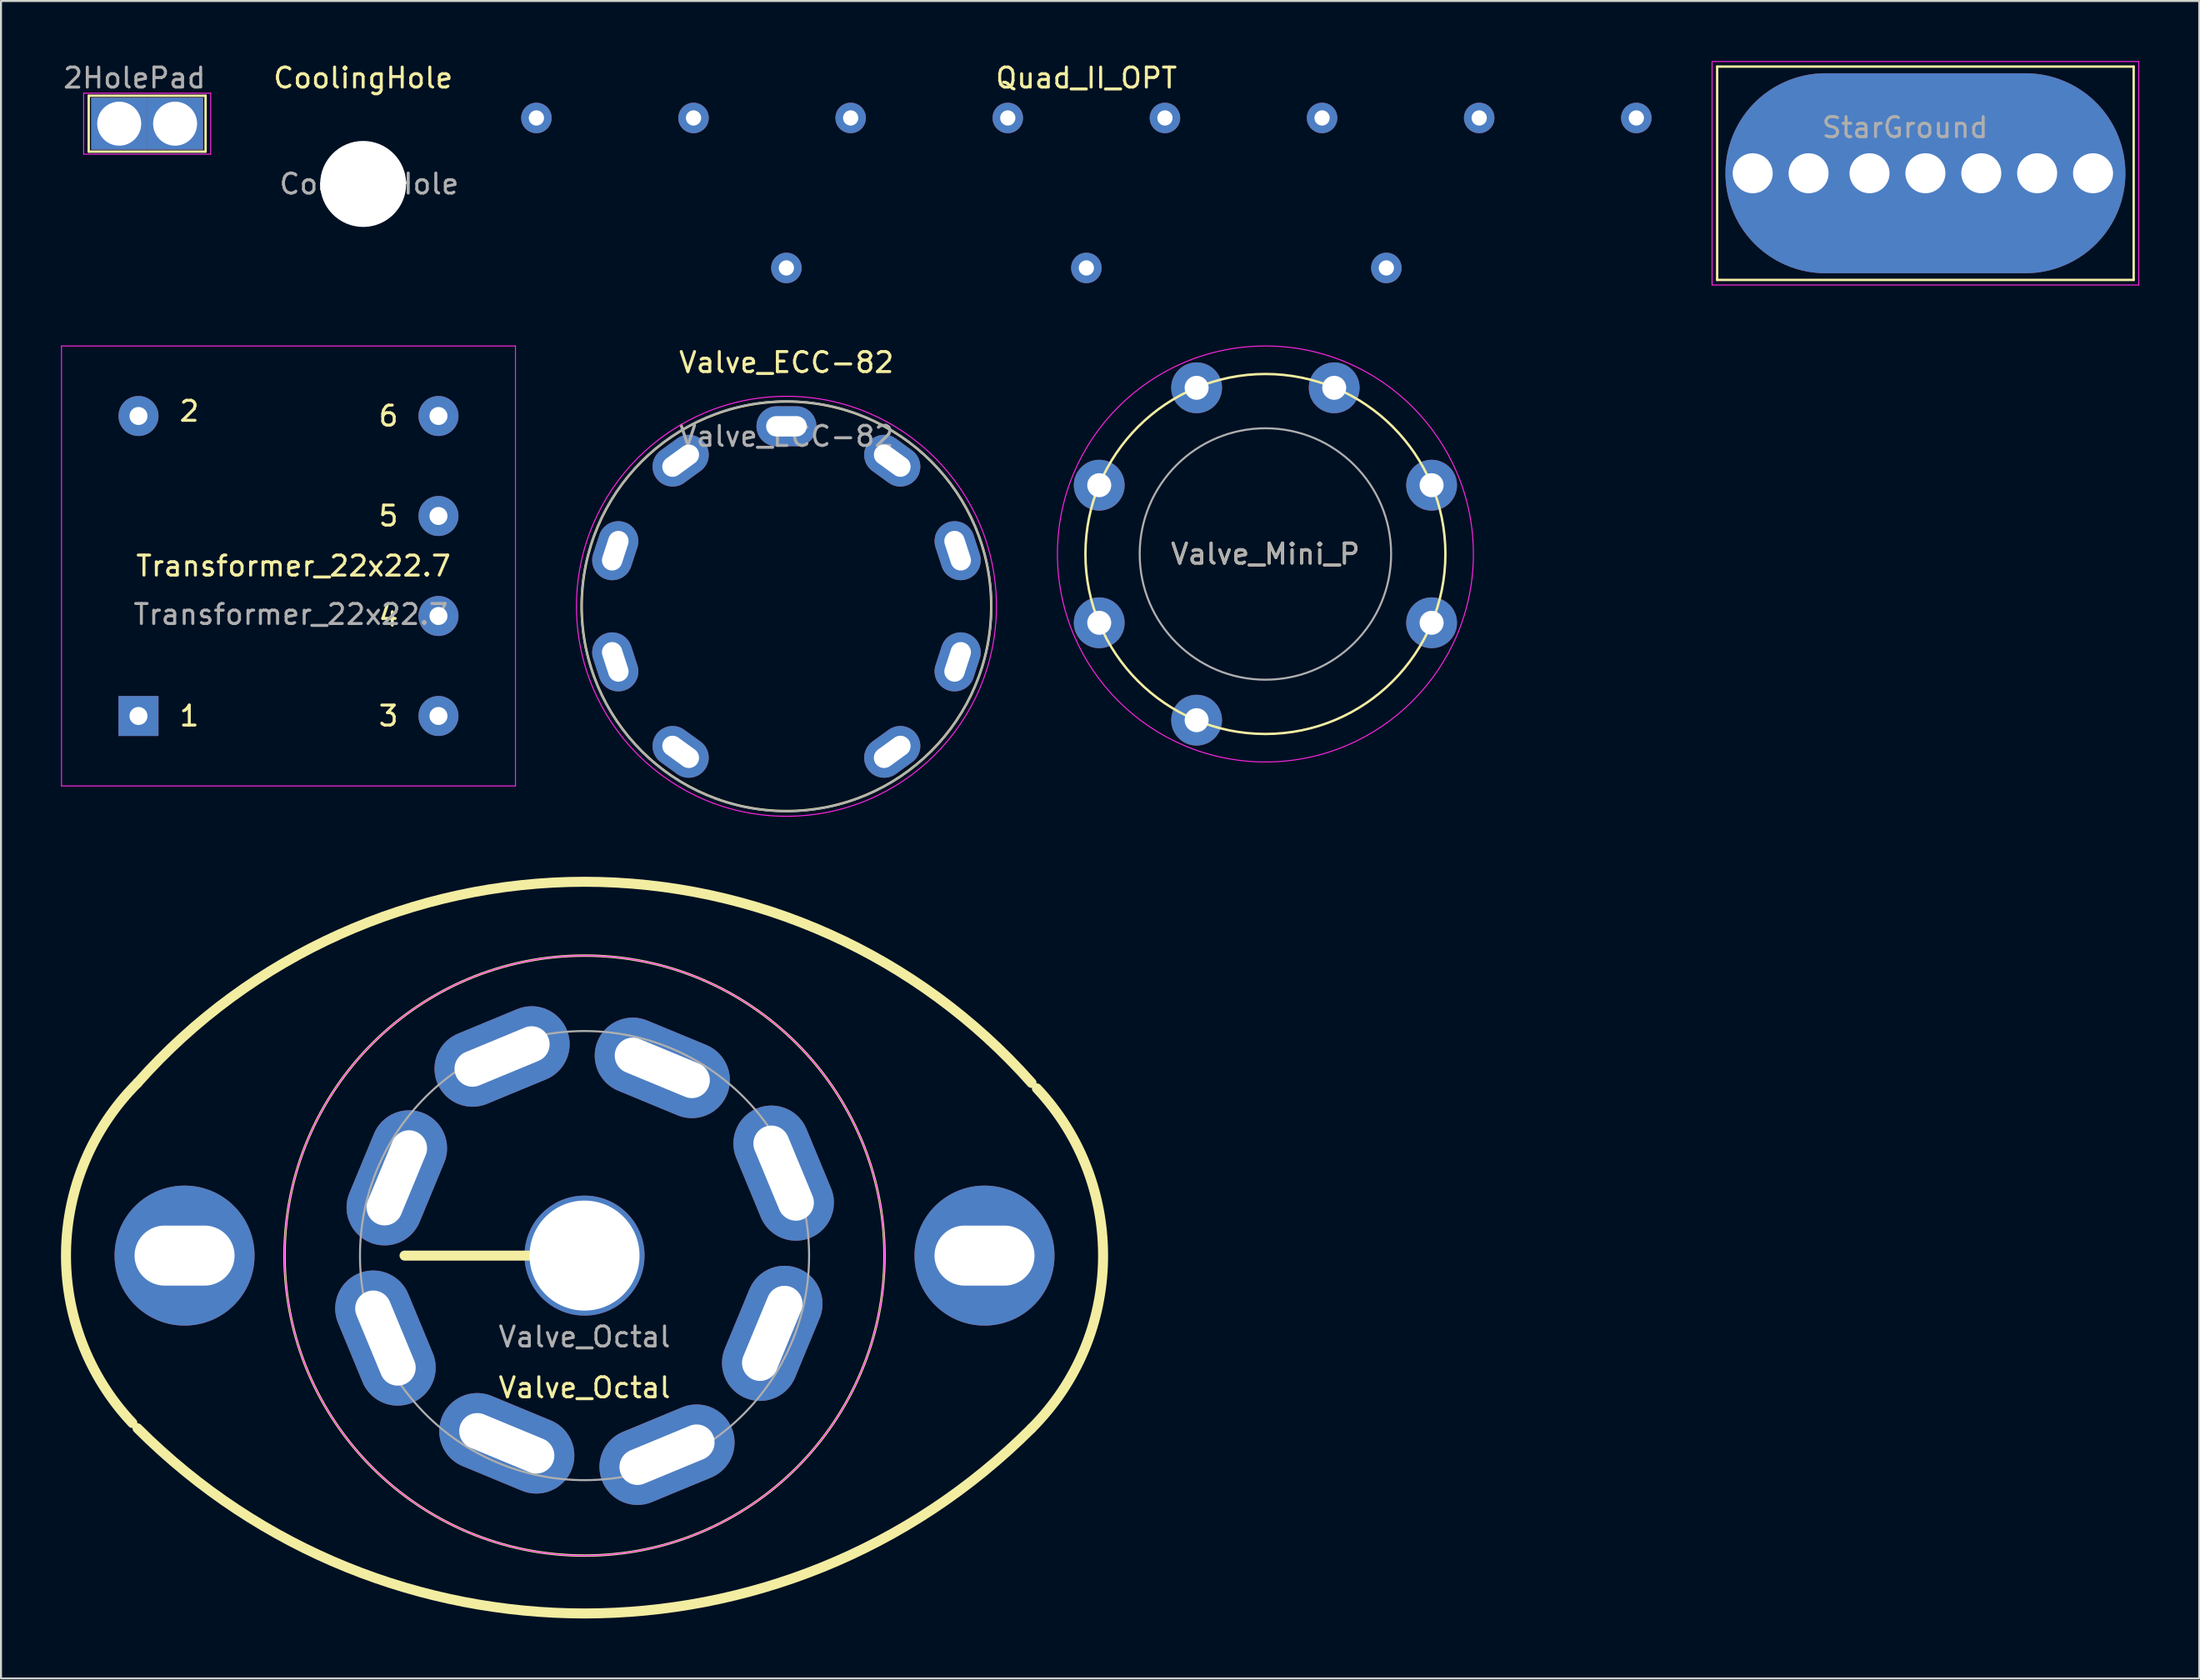
<source format=kicad_pcb>
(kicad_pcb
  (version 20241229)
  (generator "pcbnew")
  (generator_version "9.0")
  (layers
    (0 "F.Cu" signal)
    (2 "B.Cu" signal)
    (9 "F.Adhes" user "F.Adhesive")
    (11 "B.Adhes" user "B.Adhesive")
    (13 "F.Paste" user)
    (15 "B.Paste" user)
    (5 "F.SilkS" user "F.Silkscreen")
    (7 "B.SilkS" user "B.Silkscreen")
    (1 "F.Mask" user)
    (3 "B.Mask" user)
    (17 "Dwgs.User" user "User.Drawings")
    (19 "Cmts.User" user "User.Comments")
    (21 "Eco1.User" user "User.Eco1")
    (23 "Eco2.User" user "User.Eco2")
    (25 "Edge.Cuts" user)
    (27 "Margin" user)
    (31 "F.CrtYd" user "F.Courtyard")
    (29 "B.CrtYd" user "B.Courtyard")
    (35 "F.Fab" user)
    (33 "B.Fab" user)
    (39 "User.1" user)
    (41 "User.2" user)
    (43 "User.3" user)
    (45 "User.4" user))
  (footprint "Valve_Octal"
    (layer "F.Cu")
    (at 26.179 59.734)
    (property "Reference" "Valve_Octal" (at 0 6.604 0) (layer "F.SilkS") (effects (font (size 1 1) (thickness 0.15))))
    (attr through_hole)
    (fp_line (start 0 0) (end -9 0) (stroke (width 0.5) (type solid)) (layer "F.SilkS"))
    (fp_arc (start -22.609613 8.37046) (mid -25.927746 -0.184984) (end -22.351999 -8.635999) (stroke (width 0.5) (type solid)) (layer "F.SilkS"))
    (fp_arc (start -22.351999 -8.635999) (mid 0 -18.692498) (end 22.351999 -8.635999) (stroke (width 0.5) (type solid)) (layer "F.SilkS"))
    (fp_arc (start 22.351999 8.635999) (mid 0 17.8945) (end -22.351999 8.635999) (stroke (width 0.5) (type solid)) (layer "F.SilkS"))
    (fp_arc (start 22.619001 -8.360474) (mid 25.92764 0.191836) (end 22.351999 8.635999) (stroke (width 0.5) (type solid)) (layer "F.SilkS"))
    (fp_circle (center 0 0) (end 15 0) (stroke (width 0.12) (type solid)) (fill no) (layer "F.SilkS"))
    (fp_circle (center 0 0) (end 15 0) (stroke (width 0.05) (type solid)) (fill no) (layer "F.CrtYd"))
    (fp_circle (center 0 0) (end -4.297 -10.374) (stroke (width 0.1) (type solid)) (fill no) (layer "F.Fab"))
    (fp_text user "${REFERENCE}" (at 0 4.064 0) (layer "F.Fab") (effects (font (size 1 1) (thickness 0.15))))
    (pad "" thru_hole circle (at 0 0 247.5) (size 6 6) (drill 5.5) (layers "*.Cu" "*.Mask"))
    (pad "1" thru_hole oval (at -9.956 4.124 292.5) (size 7 3.8) (drill oval 5 1.8) (layers "*.Cu" "*.Mask"))
    (pad "2" thru_hole oval (at -3.888 9.387 157.5) (size 7 3.8) (drill oval 5 1.8) (layers "*.Cu" "*.Mask"))
    (pad "3" thru_hole oval (at 4.124 9.956 22.5) (size 7 3.8) (drill oval 5 1.8) (layers "*.Cu" "*.Mask"))
    (pad "4" thru_hole oval (at 9.387 3.888 247.5) (size 7 3.8) (drill oval 5 1.8) (layers "*.Cu" "*.Mask"))
    (pad "5" thru_hole oval (at 9.956 -4.124 292.5) (size 7 3.8) (drill oval 5 1.8) (layers "*.Cu" "*.Mask"))
    (pad "6" thru_hole oval (at 3.888 -9.387 337.5) (size 7 3.8) (drill oval 5 1.8) (layers "*.Cu" "*.Mask"))
    (pad "7" thru_hole oval (at -4.124 -9.956 202.5) (size 7 3.8) (drill oval 5 1.8) (layers "*.Cu" "*.Mask"))
    (pad "8" thru_hole oval (at -9.387 -3.888 247.5) (size 7 3.8) (drill oval 5 1.8) (layers "*.Cu" "*.Mask"))
    (pad "9" thru_hole circle (at -20 0) (size 7 7) (drill oval 5 3) (layers "*.Cu" "*.Mask"))
    (pad "10" thru_hole circle (at 20 0) (size 7 7) (drill oval 5 3) (layers "*.Cu" "*.Mask")))
  (footprint "Transformer_22x22.7"
    (layer "F.Cu")
    (at 3.875 32.751)
    (property "Reference" "Transformer_22x22.7" (at 7.75 -7.5 0) (layer "F.SilkS") (effects (font (size 1 1) (thickness 0.15))))
    (attr through_hole)
    (fp_line (start -3.85 -18.5) (end -3.85 3.5) (stroke (width 0.05) (type solid)) (layer "F.CrtYd"))
    (fp_line (start -3.85 -18.5) (end 18.85 -18.5) (stroke (width 0.05) (type solid)) (layer "F.CrtYd"))
    (fp_line (start 18.85 3.5) (end -3.85 3.5) (stroke (width 0.05) (type solid)) (layer "F.CrtYd"))
    (fp_line (start 18.85 3.5) (end 18.85 -18.5) (stroke (width 0.05) (type solid)) (layer "F.CrtYd"))
    (fp_text user "5" (at 12.5 -10 0) (layer "F.SilkS") (effects (font (size 1 1) (thickness 0.15))))
    (fp_text user "1" (at 2.54 0 0) (layer "F.SilkS") (effects (font (size 1 1) (thickness 0.15))))
    (fp_text user "2" (at 2.54 -15.24 0) (layer "F.SilkS") (effects (font (size 1 1) (thickness 0.15))))
    (fp_text user "6" (at 12.5 -15 0) (layer "F.SilkS") (effects (font (size 1 1) (thickness 0.15))))
    (fp_text user "3" (at 12.5 0 0) (layer "F.SilkS") (effects (font (size 1 1) (thickness 0.15))))
    (fp_text user "4" (at 12.5 -5 0) (layer "F.SilkS") (effects (font (size 1 1) (thickness 0.15))))
    (fp_text user "${REFERENCE}" (at 7.62 -5.08 0) (layer "F.Fab") (effects (font (size 1 1) (thickness 0.15))))
    (pad "1" thru_hole rect (at 0 0) (size 2 2) (drill 0.9) (layers "*.Cu" "*.Mask"))
    (pad "2" thru_hole circle (at 0 -15) (size 2 2) (drill 0.9) (layers "*.Cu" "*.Mask"))
    (pad "3" thru_hole circle (at 15 0) (size 2 2) (drill 0.9) (layers "*.Cu" "*.Mask"))
    (pad "4" thru_hole circle (at 15 -5) (size 2 2) (drill 0.9) (layers "*.Cu" "*.Mask"))
    (pad "5" thru_hole circle (at 15 -10) (size 2 2) (drill 0.9) (layers "*.Cu" "*.Mask"))
    (pad "6" thru_hole circle (at 15 -15) (size 2 2) (drill 0.9) (layers "*.Cu" "*.Mask")))
  (footprint "Valve_ECC-82"
    (layer "F.Cu")
    (at 36.275 27.266)
    (property "Reference" "Valve_ECC-82" (at 0 -12.192 0) (layer "F.SilkS") (effects (font (size 1 1) (thickness 0.15))))
    (attr through_hole)
    (fp_circle (center 0 0) (end 10.16 1.27) (stroke (width 0.12) (type solid)) (fill no) (layer "F.SilkS"))
    (fp_circle (center 0 0) (end 0 -10.5) (stroke (width 0.05) (type solid)) (fill no) (layer "F.CrtYd"))
    (fp_circle (center 0 0) (end 0 -10.25) (stroke (width 0.1) (type solid)) (fill no) (layer "F.Fab"))
    (fp_text user "${REFERENCE}" (at 0 -8.5 0) (layer "F.Fab") (effects (font (size 1 1) (thickness 0.15))))
    (pad "1" thru_hole oval (at 5.29 7.28 306) (size 2 3) (drill oval 1.02 2.03) (layers "*.Cu" "*.Mask"))
    (pad "2" thru_hole oval (at 8.56 2.78 342) (size 2 3) (drill oval 1.02 2.03) (layers "*.Cu" "*.Mask"))
    (pad "3" thru_hole oval (at 8.56 -2.78 18) (size 2 3) (drill oval 1.02 2.03) (layers "*.Cu" "*.Mask"))
    (pad "4" thru_hole oval (at 5.29 -7.28 54) (size 2 3) (drill oval 1.02 2.03) (layers "*.Cu" "*.Mask"))
    (pad "5" thru_hole oval (at 0 -9 90) (size 2 3) (drill oval 1.02 2.03) (layers "*.Cu" "*.Mask"))
    (pad "6" thru_hole oval (at -5.29 -7.28 306) (size 2 3) (drill oval 1.02 2.03) (layers "*.Cu" "*.Mask"))
    (pad "7" thru_hole oval (at -8.56 -2.78 342) (size 2 3) (drill oval 1.02 2.03) (layers "*.Cu" "*.Mask"))
    (pad "8" thru_hole oval (at -8.56 2.78 18) (size 2 3) (drill oval 1.02 2.03) (layers "*.Cu" "*.Mask"))
    (pad "9" thru_hole oval (at -5.29 7.28 54) (size 2 3) (drill oval 1.02 2.03) (layers "*.Cu" "*.Mask")))
  (footprint "2HolePad"
    (layer "F.Cu")
    (at 2.657 3.134)
    (property "Reference" "2HolePad" (at 1.016 -2.286 0) (layer "F.Fab") (effects (font (size 1 1) (thickness 0.15))))
    (attr exclude_from_pos_files exclude_from_bom)
    (fp_line (start -1.27 -1.397) (end 4.572 -1.397) (stroke (width 0.12) (type solid)) (layer "F.SilkS"))
    (fp_line (start -1.27 1.397) (end -1.27 -1.397) (stroke (width 0.12) (type solid)) (layer "F.SilkS"))
    (fp_line (start 4.572 -1.397) (end 4.572 1.397) (stroke (width 0.12) (type solid)) (layer "F.SilkS"))
    (fp_line (start 4.572 1.397) (end -1.27 1.397) (stroke (width 0.12) (type solid)) (layer "F.SilkS"))
    (fp_line (start -1.524 -1.524) (end -1.524 1.524) (stroke (width 0.05) (type solid)) (layer "F.CrtYd"))
    (fp_line (start -1.524 -1.524) (end 4.826 -1.524) (stroke (width 0.05) (type solid)) (layer "F.CrtYd"))
    (fp_line (start 4.826 1.524) (end -1.524 1.524) (stroke (width 0.05) (type solid)) (layer "F.CrtYd"))
    (fp_line (start 4.826 1.524) (end 4.826 -1.524) (stroke (width 0.05) (type solid)) (layer "F.CrtYd"))
    (pad "1" thru_hole rect (at 0.254 0) (size 2.8 2.6) (drill 2.2) (layers "*.Cu" "*.Mask"))
    (pad "1" thru_hole rect (at 3.048 0) (size 2.8 2.6) (drill 2.2) (layers "*.Cu" "*.Mask")))
  (footprint "StarGround"
    (layer "F.Cu")
    (at 91.195 5.613)
    (property "Reference" "StarGround" (at 1.016 -2.286 0) (layer "F.Fab") (effects (font (size 1 1) (thickness 0.15))))
    (attr exclude_from_pos_files exclude_from_bom)
    (fp_line (start -8.382 -5.334) (end 12.446 -5.334) (stroke (width 0.12) (type solid)) (layer "F.SilkS"))
    (fp_line (start -8.382 5.334) (end -8.382 -5.334) (stroke (width 0.12) (type solid)) (layer "F.SilkS"))
    (fp_line (start 12.446 -5.334) (end 12.446 5.334) (stroke (width 0.12) (type solid)) (layer "F.SilkS"))
    (fp_line (start 12.446 5.334) (end -8.382 5.334) (stroke (width 0.12) (type solid)) (layer "F.SilkS"))
    (fp_line (start -8.636 -5.588) (end 12.7 -5.588) (stroke (width 0.05) (type solid)) (layer "F.CrtYd"))
    (fp_line (start -8.636 -5.54) (end -8.636 5.588) (stroke (width 0.05) (type solid)) (layer "F.CrtYd"))
    (fp_line (start 12.7 5.588) (end -8.636 5.588) (stroke (width 0.05) (type solid)) (layer "F.CrtYd"))
    (fp_line (start 12.7 5.588) (end 12.7 -5.588) (stroke (width 0.05) (type solid)) (layer "F.CrtYd"))
    (pad "1" thru_hole circle (at -6.604 0) (size 2.5 2.5) (drill 2) (layers "*.Cu" "*.Mask"))
    (pad "1" thru_hole circle (at -3.81 0) (size 2.5 2.5) (drill 2) (layers "*.Cu" "*.Mask"))
    (pad "1" thru_hole circle (at -0.762 0) (size 2.5 2.5) (drill 2) (layers "*.Cu" "*.Mask"))
    (pad "1" thru_hole oval (at 2.032 0) (size 20 10) (drill 2) (layers "*.Cu" "*.Mask"))
    (pad "1" thru_hole circle (at 4.826 0) (size 2.5 2.5) (drill 2) (layers "*.Cu" "*.Mask"))
    (pad "1" thru_hole circle (at 7.62 0) (size 2.5 2.5) (drill 2) (layers "*.Cu" "*.Mask"))
    (pad "1" thru_hole circle (at 10.414 0) (size 2.5 2.5) (drill 2) (layers "*.Cu" "*.Mask")))
  (footprint "Valve_Mini_P"
    (layer "F.Cu")
    (at 60.225 24.651)
    (property "Reference" "Valve_Mini_P" (at 0 0 0) (layer "F.SilkS") (effects (font (size 1 1) (thickness 0.15))))
    (attr through_hole)
    (fp_circle (center 0 0) (end 9 0) (stroke (width 0.12) (type solid)) (fill no) (layer "F.SilkS"))
    (fp_circle (center 0 0) (end 10.4 0) (stroke (width 0.05) (type solid)) (fill no) (layer "F.CrtYd"))
    (fp_circle (center 0 0) (end -4.44 4.45) (stroke (width 0.1) (type solid)) (fill no) (layer "F.Fab"))
    (fp_text user "${REFERENCE}" (at 0 0 0) (layer "F.Fab") (effects (font (size 1 1) (thickness 0.15))))
    (pad "1" thru_hole circle (at 8.31 3.44) (size 2.54 2.54) (drill 1.2) (layers "*.Cu" "*.Mask"))
    (pad "2" thru_hole circle (at 8.31 -3.44) (size 2.54 2.54) (drill 1.2) (layers "*.Cu" "*.Mask"))
    (pad "3" thru_hole circle (at 3.44 -8.31) (size 2.54 2.54) (drill 1.2) (layers "*.Cu" "*.Mask"))
    (pad "4" thru_hole circle (at -3.44 -8.31) (size 2.54 2.54) (drill 1.2) (layers "*.Cu" "*.Mask"))
    (pad "5" thru_hole circle (at -8.31 -3.44 90) (size 2.54 2.54) (drill 1.2) (layers "*.Cu" "*.Mask"))
    (pad "6" thru_hole circle (at -8.31 3.44) (size 2.54 2.54) (drill 1.2) (layers "*.Cu" "*.Mask"))
    (pad "7" thru_hole circle (at -3.44 8.31) (size 2.54 2.54) (drill 1.2) (layers "*.Cu" "*.Mask")))
  (footprint "Quad_II_OPT"
    (layer "F.Cu")
    (at 51.272 0.348)
    (property "Reference" "Quad_II_OPT" (at 0 0.5 0) (layer "F.SilkS") (effects (font (size 1 1) (thickness 0.15))))
    (attr through_hole)
    (pad "1" thru_hole circle (at -27.5 2.5) (size 1.524 1.524) (drill 0.762) (layers "*.Cu" "*.Mask"))
    (pad "2" thru_hole circle (at -19.643 2.5) (size 1.524 1.524) (drill 0.762) (layers "*.Cu" "*.Mask"))
    (pad "3" thru_hole circle (at -11.786 2.5) (size 1.524 1.524) (drill 0.762) (layers "*.Cu" "*.Mask"))
    (pad "4" thru_hole circle (at -3.929 2.5) (size 1.524 1.524) (drill 0.762) (layers "*.Cu" "*.Mask"))
    (pad "5" thru_hole circle (at 3.929 2.5) (size 1.524 1.524) (drill 0.762) (layers "*.Cu" "*.Mask"))
    (pad "6" thru_hole circle (at 11.786 2.5) (size 1.524 1.524) (drill 0.762) (layers "*.Cu" "*.Mask"))
    (pad "7" thru_hole circle (at 19.643 2.5) (size 1.524 1.524) (drill 0.762) (layers "*.Cu" "*.Mask"))
    (pad "8" thru_hole circle (at 27.5 2.5) (size 1.524 1.524) (drill 0.762) (layers "*.Cu" "*.Mask"))
    (pad "9" thru_hole circle (at -15 10) (size 1.524 1.524) (drill 0.762) (layers "*.Cu" "*.Mask"))
    (pad "10" thru_hole circle (at 0 10) (size 1.524 1.524) (drill 0.762) (layers "*.Cu" "*.Mask"))
    (pad "11" thru_hole circle (at 15 10) (size 1.524 1.524) (drill 0.762) (layers "*.Cu" "*.Mask")))
  (footprint "CoolingHole"
    (layer "F.Cu")
    (at 15.109 6.148)
    (property "Reference" "CoolingHole" (at 0 -5.3 0) (layer "F.SilkS") (effects (font (size 1 1) (thickness 0.15))))
    (attr exclude_from_pos_files exclude_from_bom)
    (fp_text user "${REFERENCE}" (at 0.3 0 0) (layer "F.Fab") (effects (font (size 1 1) (thickness 0.15))))
    (pad "" np_thru_hole circle (at 0 0) (size 4.3 4.3) (drill 4.3) (layers "*.Cu" "*.Mask")))
  (gr_rect
    (start -3 -3)
    (end 106.92 80.878)
    (stroke (width 0.1) (type default))
    (fill no)
    (layer "Edge.Cuts")))
</source>
